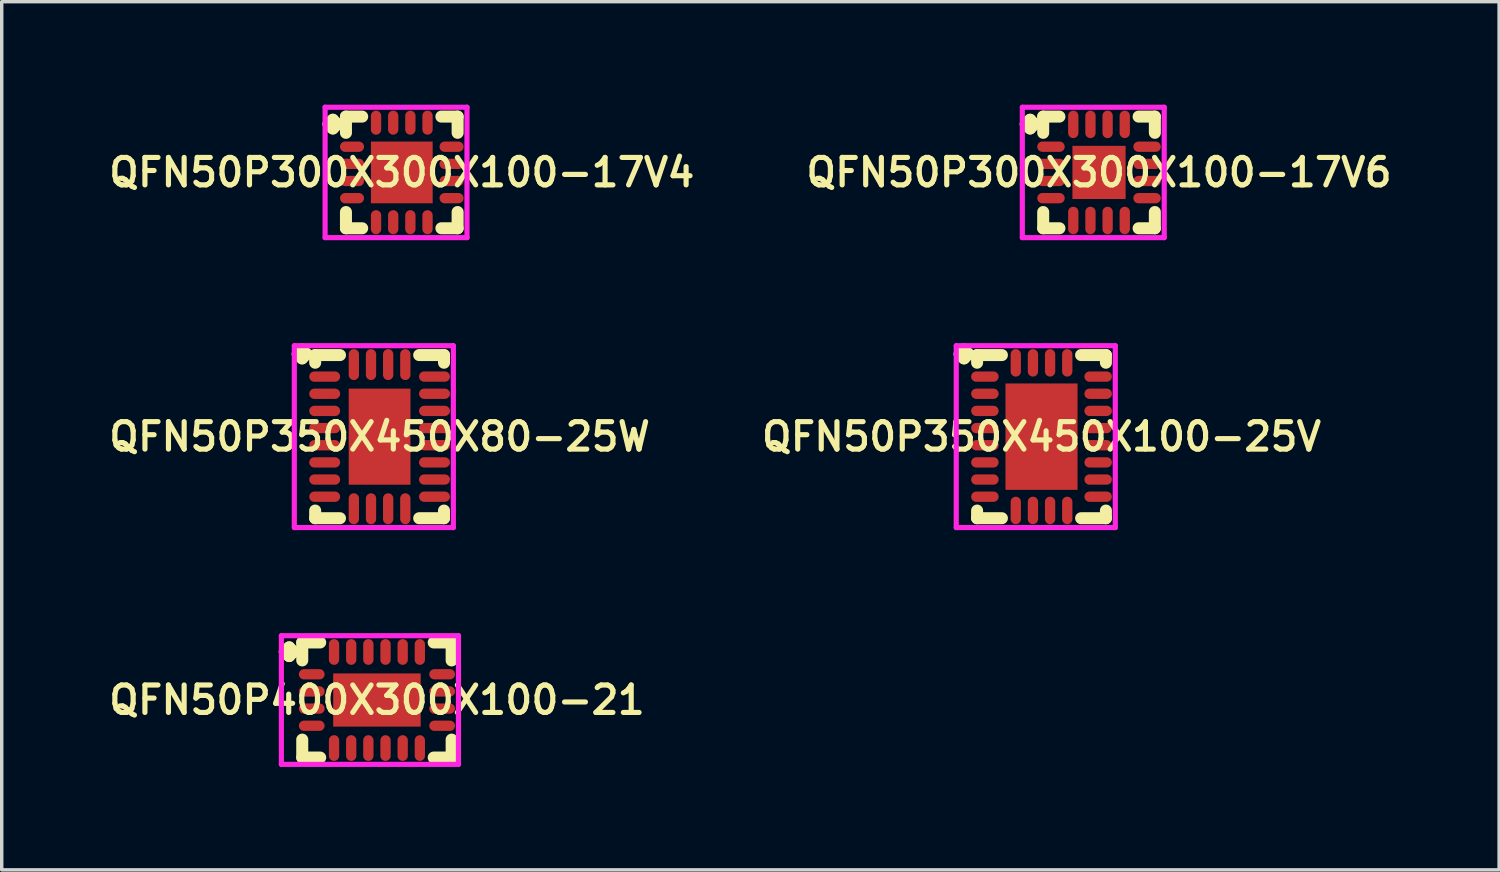
<source format=kicad_pcb>
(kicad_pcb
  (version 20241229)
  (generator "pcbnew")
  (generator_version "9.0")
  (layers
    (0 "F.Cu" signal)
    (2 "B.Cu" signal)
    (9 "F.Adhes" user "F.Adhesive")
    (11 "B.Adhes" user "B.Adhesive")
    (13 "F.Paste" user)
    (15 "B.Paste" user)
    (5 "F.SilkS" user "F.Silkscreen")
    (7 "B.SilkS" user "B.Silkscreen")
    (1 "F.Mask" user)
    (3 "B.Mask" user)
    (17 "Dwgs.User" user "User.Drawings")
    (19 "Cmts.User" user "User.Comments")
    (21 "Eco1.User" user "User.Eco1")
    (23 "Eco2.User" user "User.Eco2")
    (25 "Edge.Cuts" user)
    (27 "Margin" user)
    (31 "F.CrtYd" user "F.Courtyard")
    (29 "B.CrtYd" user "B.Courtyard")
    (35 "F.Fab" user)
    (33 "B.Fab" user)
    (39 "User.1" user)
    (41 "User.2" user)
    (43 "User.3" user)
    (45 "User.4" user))
  (footprint "QFN50P400X300X100-21"
    (layer "F.Cu")
    (at 7.935 17.35)
    (property "Reference" "QFN50P400X300X100-21" (at 0 0 0) (layer "F.SilkS") (effects (font (size 0.8 0.8) (thickness 0.15))))
    (attr smd)
    (fp_line (start -2.685 -1.408) (end -2.558 -1.535) (stroke (width 0.35) (type solid)) (layer "F.SilkS"))
    (fp_line (start -2.558 -1.535) (end -2.431 -1.408) (stroke (width 0.35) (type solid)) (layer "F.SilkS"))
    (fp_line (start -2.558 -1.281) (end -2.685 -1.408) (stroke (width 0.35) (type solid)) (layer "F.SilkS"))
    (fp_line (start -2.431 -1.408) (end -2.558 -1.281) (stroke (width 0.35) (type solid)) (layer "F.SilkS"))
    (fp_line (start -2.177 -1.677) (end -1.654 -1.677) (stroke (width 0.35) (type solid)) (layer "F.SilkS"))
    (fp_line (start -2.177 -1.154) (end -2.177 -1.677) (stroke (width 0.35) (type solid)) (layer "F.SilkS"))
    (fp_line (start -2.177 1.154) (end -2.177 1.677) (stroke (width 0.35) (type solid)) (layer "F.SilkS"))
    (fp_line (start -2.177 1.677) (end -1.654 1.677) (stroke (width 0.35) (type solid)) (layer "F.SilkS"))
    (fp_line (start 1.654 -1.677) (end 2.177 -1.677) (stroke (width 0.35) (type solid)) (layer "F.SilkS"))
    (fp_line (start 1.654 1.677) (end 2.177 1.677) (stroke (width 0.35) (type solid)) (layer "F.SilkS"))
    (fp_line (start 2.177 -1.677) (end 2.177 -1.154) (stroke (width 0.35) (type solid)) (layer "F.SilkS"))
    (fp_line (start 2.177 1.677) (end 2.177 1.154) (stroke (width 0.35) (type solid)) (layer "F.SilkS"))
    (fp_line (start -2.785 -1.875) (end 2.375 -1.875) (stroke (width 0.15) (type solid)) (layer "F.CrtYd"))
    (fp_line (start -2.785 1.875) (end -2.785 -1.875) (stroke (width 0.15) (type solid)) (layer "F.CrtYd"))
    (fp_line (start 2.375 -1.875) (end 2.375 1.875) (stroke (width 0.15) (type solid)) (layer "F.CrtYd"))
    (fp_line (start 2.375 1.875) (end -2.785 1.875) (stroke (width 0.15) (type solid)) (layer "F.CrtYd"))
    (pad "1" smd oval (at -1.9 -0.75) (size 0.75 0.3) (layers "F.Cu" "F.Mask" "F.Paste"))
    (pad "2" smd oval (at -1.9 -0.25) (size 0.75 0.3) (layers "F.Cu" "F.Mask" "F.Paste"))
    (pad "3" smd oval (at -1.9 0.25) (size 0.75 0.3) (layers "F.Cu" "F.Mask" "F.Paste"))
    (pad "4" smd oval (at -1.9 0.75) (size 0.75 0.3) (layers "F.Cu" "F.Mask" "F.Paste"))
    (pad "5" smd oval (at -1.25 1.4) (size 0.3 0.75) (layers "F.Cu" "F.Mask" "F.Paste"))
    (pad "6" smd oval (at -0.75 1.4) (size 0.3 0.75) (layers "F.Cu" "F.Mask" "F.Paste"))
    (pad "7" smd oval (at -0.25 1.4) (size 0.3 0.75) (layers "F.Cu" "F.Mask" "F.Paste"))
    (pad "8" smd oval (at 0.25 1.4) (size 0.3 0.75) (layers "F.Cu" "F.Mask" "F.Paste"))
    (pad "9" smd oval (at 0.75 1.4) (size 0.3 0.75) (layers "F.Cu" "F.Mask" "F.Paste"))
    (pad "10" smd oval (at 1.25 1.4) (size 0.3 0.75) (layers "F.Cu" "F.Mask" "F.Paste"))
    (pad "11" smd oval (at 1.9 0.75) (size 0.75 0.3) (layers "F.Cu" "F.Mask" "F.Paste"))
    (pad "12" smd oval (at 1.9 0.25) (size 0.75 0.3) (layers "F.Cu" "F.Mask" "F.Paste"))
    (pad "13" smd oval (at 1.9 -0.25) (size 0.75 0.3) (layers "F.Cu" "F.Mask" "F.Paste"))
    (pad "14" smd oval (at 1.9 -0.75) (size 0.75 0.3) (layers "F.Cu" "F.Mask" "F.Paste"))
    (pad "15" smd oval (at 1.25 -1.4) (size 0.3 0.75) (layers "F.Cu" "F.Mask" "F.Paste"))
    (pad "16" smd oval (at 0.75 -1.4) (size 0.3 0.75) (layers "F.Cu" "F.Mask" "F.Paste"))
    (pad "17" smd oval (at 0.25 -1.4) (size 0.3 0.75) (layers "F.Cu" "F.Mask" "F.Paste"))
    (pad "18" smd oval (at -0.25 -1.4) (size 0.3 0.75) (layers "F.Cu" "F.Mask" "F.Paste"))
    (pad "19" smd oval (at -0.75 -1.4) (size 0.3 0.75) (layers "F.Cu" "F.Mask" "F.Paste"))
    (pad "20" smd oval (at -1.25 -1.4) (size 0.3 0.75) (layers "F.Cu" "F.Mask" "F.Paste"))
    (pad "21" smd rect (at 0 0) (size 2.55 1.55) (layers "F.Cu" "F.Mask" "F.Paste")))
  (footprint "QFN50P350X450X80-25W"
    (layer "F.Cu")
    (at 8.012 9.675)
    (property "Reference" "QFN50P350X450X80-25W" (at 0 0 0) (layer "F.SilkS") (effects (font (size 0.8 0.8) (thickness 0.15))))
    (attr smd)
    (fp_line (start -2.385 -2.408) (end -2.258 -2.535) (stroke (width 0.35) (type solid)) (layer "F.SilkS"))
    (fp_line (start -2.258 -2.535) (end -2.131 -2.408) (stroke (width 0.35) (type solid)) (layer "F.SilkS"))
    (fp_line (start -2.258 -2.281) (end -2.385 -2.408) (stroke (width 0.35) (type solid)) (layer "F.SilkS"))
    (fp_line (start -2.131 -2.408) (end -2.258 -2.281) (stroke (width 0.35) (type solid)) (layer "F.SilkS"))
    (fp_line (start -1.877 -2.377) (end -1.154 -2.377) (stroke (width 0.35) (type solid)) (layer "F.SilkS"))
    (fp_line (start -1.877 -2.154) (end -1.877 -2.377) (stroke (width 0.35) (type solid)) (layer "F.SilkS"))
    (fp_line (start -1.877 2.154) (end -1.877 2.377) (stroke (width 0.35) (type solid)) (layer "F.SilkS"))
    (fp_line (start -1.877 2.377) (end -1.154 2.377) (stroke (width 0.35) (type solid)) (layer "F.SilkS"))
    (fp_line (start 1.154 -2.377) (end 1.877 -2.377) (stroke (width 0.35) (type solid)) (layer "F.SilkS"))
    (fp_line (start 1.154 2.377) (end 1.877 2.377) (stroke (width 0.35) (type solid)) (layer "F.SilkS"))
    (fp_line (start 1.877 -2.377) (end 1.877 -2.154) (stroke (width 0.35) (type solid)) (layer "F.SilkS"))
    (fp_line (start 1.877 2.377) (end 1.877 2.154) (stroke (width 0.35) (type solid)) (layer "F.SilkS"))
    (fp_line (start -2.485 -2.65) (end 2.15 -2.65) (stroke (width 0.15) (type solid)) (layer "F.CrtYd"))
    (fp_line (start -2.485 2.65) (end -2.485 -2.65) (stroke (width 0.15) (type solid)) (layer "F.CrtYd"))
    (fp_line (start 2.15 -2.65) (end 2.15 2.65) (stroke (width 0.15) (type solid)) (layer "F.CrtYd"))
    (fp_line (start 2.15 2.65) (end -2.485 2.65) (stroke (width 0.15) (type solid)) (layer "F.CrtYd"))
    (pad "1" smd oval (at -1.6 -1.75) (size 0.9 0.3) (layers "F.Cu" "F.Mask" "F.Paste"))
    (pad "2" smd oval (at -1.6 -1.25) (size 0.9 0.3) (layers "F.Cu" "F.Mask" "F.Paste"))
    (pad "3" smd oval (at -1.6 -0.75) (size 0.9 0.3) (layers "F.Cu" "F.Mask" "F.Paste"))
    (pad "4" smd oval (at -1.6 -0.25) (size 0.9 0.3) (layers "F.Cu" "F.Mask" "F.Paste"))
    (pad "5" smd oval (at -1.6 0.25) (size 0.9 0.3) (layers "F.Cu" "F.Mask" "F.Paste"))
    (pad "6" smd oval (at -1.6 0.75) (size 0.9 0.3) (layers "F.Cu" "F.Mask" "F.Paste"))
    (pad "7" smd oval (at -1.6 1.25) (size 0.9 0.3) (layers "F.Cu" "F.Mask" "F.Paste"))
    (pad "8" smd oval (at -1.6 1.75) (size 0.9 0.3) (layers "F.Cu" "F.Mask" "F.Paste"))
    (pad "9" smd oval (at -0.75 2.1) (size 0.3 0.9) (layers "F.Cu" "F.Mask" "F.Paste"))
    (pad "10" smd oval (at -0.25 2.1) (size 0.3 0.9) (layers "F.Cu" "F.Mask" "F.Paste"))
    (pad "11" smd oval (at 0.25 2.1) (size 0.3 0.9) (layers "F.Cu" "F.Mask" "F.Paste"))
    (pad "12" smd oval (at 0.75 2.1) (size 0.3 0.9) (layers "F.Cu" "F.Mask" "F.Paste"))
    (pad "13" smd oval (at 1.6 1.75) (size 0.9 0.3) (layers "F.Cu" "F.Mask" "F.Paste"))
    (pad "14" smd oval (at 1.6 1.25) (size 0.9 0.3) (layers "F.Cu" "F.Mask" "F.Paste"))
    (pad "15" smd oval (at 1.6 0.75) (size 0.9 0.3) (layers "F.Cu" "F.Mask" "F.Paste"))
    (pad "16" smd oval (at 1.6 0.25) (size 0.9 0.3) (layers "F.Cu" "F.Mask" "F.Paste"))
    (pad "17" smd oval (at 1.6 -0.25) (size 0.9 0.3) (layers "F.Cu" "F.Mask" "F.Paste"))
    (pad "18" smd oval (at 1.6 -0.75) (size 0.9 0.3) (layers "F.Cu" "F.Mask" "F.Paste"))
    (pad "19" smd oval (at 1.6 -1.25) (size 0.9 0.3) (layers "F.Cu" "F.Mask" "F.Paste"))
    (pad "20" smd oval (at 1.6 -1.75) (size 0.9 0.3) (layers "F.Cu" "F.Mask" "F.Paste"))
    (pad "21" smd oval (at 0.75 -2.1) (size 0.3 0.9) (layers "F.Cu" "F.Mask" "F.Paste"))
    (pad "22" smd oval (at 0.25 -2.1) (size 0.3 0.9) (layers "F.Cu" "F.Mask" "F.Paste"))
    (pad "23" smd oval (at -0.25 -2.1) (size 0.3 0.9) (layers "F.Cu" "F.Mask" "F.Paste"))
    (pad "24" smd oval (at -0.75 -2.1) (size 0.3 0.9) (layers "F.Cu" "F.Mask" "F.Paste"))
    (pad "25" smd rect (at 0 0) (size 1.8 2.8) (layers "F.Cu" "F.Mask" "F.Paste")))
  (footprint "QFN50P300X300X100-17V4"
    (layer "F.Cu")
    (at 8.659 1.975)
    (property "Reference" "QFN50P300X300X100-17V4" (at 0 0 0) (layer "F.SilkS") (effects (font (size 0.8 0.8) (thickness 0.15))))
    (attr smd)
    (fp_line (start -2.135 -1.408) (end -2.008 -1.535) (stroke (width 0.35) (type solid)) (layer "F.SilkS"))
    (fp_line (start -2.008 -1.535) (end -1.881 -1.408) (stroke (width 0.35) (type solid)) (layer "F.SilkS"))
    (fp_line (start -2.008 -1.281) (end -2.135 -1.408) (stroke (width 0.35) (type solid)) (layer "F.SilkS"))
    (fp_line (start -1.881 -1.408) (end -2.008 -1.281) (stroke (width 0.35) (type solid)) (layer "F.SilkS"))
    (fp_line (start -1.627 -1.627) (end -1.154 -1.627) (stroke (width 0.35) (type solid)) (layer "F.SilkS"))
    (fp_line (start -1.627 -1.154) (end -1.627 -1.627) (stroke (width 0.35) (type solid)) (layer "F.SilkS"))
    (fp_line (start -1.627 1.154) (end -1.627 1.627) (stroke (width 0.35) (type solid)) (layer "F.SilkS"))
    (fp_line (start -1.627 1.627) (end -1.154 1.627) (stroke (width 0.35) (type solid)) (layer "F.SilkS"))
    (fp_line (start 1.154 -1.627) (end 1.627 -1.627) (stroke (width 0.35) (type solid)) (layer "F.SilkS"))
    (fp_line (start 1.154 1.627) (end 1.627 1.627) (stroke (width 0.35) (type solid)) (layer "F.SilkS"))
    (fp_line (start 1.627 -1.627) (end 1.627 -1.154) (stroke (width 0.35) (type solid)) (layer "F.SilkS"))
    (fp_line (start 1.627 1.627) (end 1.627 1.154) (stroke (width 0.35) (type solid)) (layer "F.SilkS"))
    (fp_line (start -2.235 -1.9) (end 1.9 -1.9) (stroke (width 0.15) (type solid)) (layer "F.CrtYd"))
    (fp_line (start -2.235 1.9) (end -2.235 -1.9) (stroke (width 0.15) (type solid)) (layer "F.CrtYd"))
    (fp_line (start 1.9 -1.9) (end 1.9 1.9) (stroke (width 0.15) (type solid)) (layer "F.CrtYd"))
    (fp_line (start 1.9 1.9) (end -2.235 1.9) (stroke (width 0.15) (type solid)) (layer "F.CrtYd"))
    (pad "1" smd oval (at -1.45 -0.75) (size 0.7 0.3) (layers "F.Cu" "F.Mask" "F.Paste"))
    (pad "2" smd oval (at -1.45 -0.25) (size 0.7 0.3) (layers "F.Cu" "F.Mask" "F.Paste"))
    (pad "3" smd oval (at -1.45 0.25) (size 0.7 0.3) (layers "F.Cu" "F.Mask" "F.Paste"))
    (pad "4" smd oval (at -1.45 0.75) (size 0.7 0.3) (layers "F.Cu" "F.Mask" "F.Paste"))
    (pad "5" smd oval (at -0.75 1.45) (size 0.3 0.7) (layers "F.Cu" "F.Mask" "F.Paste"))
    (pad "6" smd oval (at -0.25 1.45) (size 0.3 0.7) (layers "F.Cu" "F.Mask" "F.Paste"))
    (pad "7" smd oval (at 0.25 1.45) (size 0.3 0.7) (layers "F.Cu" "F.Mask" "F.Paste"))
    (pad "8" smd oval (at 0.75 1.45) (size 0.3 0.7) (layers "F.Cu" "F.Mask" "F.Paste"))
    (pad "9" smd oval (at 1.45 0.75) (size 0.7 0.3) (layers "F.Cu" "F.Mask" "F.Paste"))
    (pad "10" smd oval (at 1.45 0.25) (size 0.7 0.3) (layers "F.Cu" "F.Mask" "F.Paste"))
    (pad "11" smd oval (at 1.45 -0.25) (size 0.7 0.3) (layers "F.Cu" "F.Mask" "F.Paste"))
    (pad "12" smd oval (at 1.45 -0.75) (size 0.7 0.3) (layers "F.Cu" "F.Mask" "F.Paste"))
    (pad "13" smd oval (at 0.75 -1.45) (size 0.3 0.7) (layers "F.Cu" "F.Mask" "F.Paste"))
    (pad "14" smd oval (at 0.25 -1.45) (size 0.3 0.7) (layers "F.Cu" "F.Mask" "F.Paste"))
    (pad "15" smd oval (at -0.25 -1.45) (size 0.3 0.7) (layers "F.Cu" "F.Mask" "F.Paste"))
    (pad "16" smd oval (at -0.75 -1.45) (size 0.3 0.7) (layers "F.Cu" "F.Mask" "F.Paste"))
    (pad "17" smd rect (at 0 0) (size 1.8 1.8) (layers "F.Cu" "F.Mask" "F.Paste")))
  (footprint "QFN50P350X450X100-25V"
    (layer "F.Cu")
    (at 27.302 9.675)
    (property "Reference" "QFN50P350X450X100-25V" (at 0 0 0) (layer "F.SilkS") (effects (font (size 0.8 0.8) (thickness 0.15))))
    (attr smd)
    (fp_line (start -2.385 -2.408) (end -2.258 -2.535) (stroke (width 0.35) (type solid)) (layer "F.SilkS"))
    (fp_line (start -2.258 -2.535) (end -2.131 -2.408) (stroke (width 0.35) (type solid)) (layer "F.SilkS"))
    (fp_line (start -2.258 -2.281) (end -2.385 -2.408) (stroke (width 0.35) (type solid)) (layer "F.SilkS"))
    (fp_line (start -2.131 -2.408) (end -2.258 -2.281) (stroke (width 0.35) (type solid)) (layer "F.SilkS"))
    (fp_line (start -1.877 -2.377) (end -1.154 -2.377) (stroke (width 0.35) (type solid)) (layer "F.SilkS"))
    (fp_line (start -1.877 -2.154) (end -1.877 -2.377) (stroke (width 0.35) (type solid)) (layer "F.SilkS"))
    (fp_line (start -1.877 2.154) (end -1.877 2.377) (stroke (width 0.35) (type solid)) (layer "F.SilkS"))
    (fp_line (start -1.877 2.377) (end -1.154 2.377) (stroke (width 0.35) (type solid)) (layer "F.SilkS"))
    (fp_line (start 1.154 -2.377) (end 1.877 -2.377) (stroke (width 0.35) (type solid)) (layer "F.SilkS"))
    (fp_line (start 1.154 2.377) (end 1.877 2.377) (stroke (width 0.35) (type solid)) (layer "F.SilkS"))
    (fp_line (start 1.877 -2.377) (end 1.877 -2.154) (stroke (width 0.35) (type solid)) (layer "F.SilkS"))
    (fp_line (start 1.877 2.377) (end 1.877 2.154) (stroke (width 0.35) (type solid)) (layer "F.SilkS"))
    (fp_line (start -2.485 -2.65) (end 2.15 -2.65) (stroke (width 0.15) (type solid)) (layer "F.CrtYd"))
    (fp_line (start -2.485 2.65) (end -2.485 -2.65) (stroke (width 0.15) (type solid)) (layer "F.CrtYd"))
    (fp_line (start 2.15 -2.65) (end 2.15 2.65) (stroke (width 0.15) (type solid)) (layer "F.CrtYd"))
    (fp_line (start 2.15 2.65) (end -2.485 2.65) (stroke (width 0.15) (type solid)) (layer "F.CrtYd"))
    (pad "1" smd oval (at -1.65 -1.75) (size 0.8 0.3) (layers "F.Cu" "F.Mask" "F.Paste"))
    (pad "2" smd oval (at -1.65 -1.25) (size 0.8 0.3) (layers "F.Cu" "F.Mask" "F.Paste"))
    (pad "3" smd oval (at -1.65 -0.75) (size 0.8 0.3) (layers "F.Cu" "F.Mask" "F.Paste"))
    (pad "4" smd oval (at -1.65 -0.25) (size 0.8 0.3) (layers "F.Cu" "F.Mask" "F.Paste"))
    (pad "5" smd oval (at -1.65 0.25) (size 0.8 0.3) (layers "F.Cu" "F.Mask" "F.Paste"))
    (pad "6" smd oval (at -1.65 0.75) (size 0.8 0.3) (layers "F.Cu" "F.Mask" "F.Paste"))
    (pad "7" smd oval (at -1.65 1.25) (size 0.8 0.3) (layers "F.Cu" "F.Mask" "F.Paste"))
    (pad "8" smd oval (at -1.65 1.75) (size 0.8 0.3) (layers "F.Cu" "F.Mask" "F.Paste"))
    (pad "9" smd oval (at -0.75 2.15) (size 0.3 0.8) (layers "F.Cu" "F.Mask" "F.Paste"))
    (pad "10" smd oval (at -0.25 2.15) (size 0.3 0.8) (layers "F.Cu" "F.Mask" "F.Paste"))
    (pad "11" smd oval (at 0.25 2.15) (size 0.3 0.8) (layers "F.Cu" "F.Mask" "F.Paste"))
    (pad "12" smd oval (at 0.75 2.15) (size 0.3 0.8) (layers "F.Cu" "F.Mask" "F.Paste"))
    (pad "13" smd oval (at 1.65 1.75) (size 0.8 0.3) (layers "F.Cu" "F.Mask" "F.Paste"))
    (pad "14" smd oval (at 1.65 1.25) (size 0.8 0.3) (layers "F.Cu" "F.Mask" "F.Paste"))
    (pad "15" smd oval (at 1.65 0.75) (size 0.8 0.3) (layers "F.Cu" "F.Mask" "F.Paste"))
    (pad "16" smd oval (at 1.65 0.25) (size 0.8 0.3) (layers "F.Cu" "F.Mask" "F.Paste"))
    (pad "17" smd oval (at 1.65 -0.25) (size 0.8 0.3) (layers "F.Cu" "F.Mask" "F.Paste"))
    (pad "18" smd oval (at 1.65 -0.75) (size 0.8 0.3) (layers "F.Cu" "F.Mask" "F.Paste"))
    (pad "19" smd oval (at 1.65 -1.25) (size 0.8 0.3) (layers "F.Cu" "F.Mask" "F.Paste"))
    (pad "20" smd oval (at 1.65 -1.75) (size 0.8 0.3) (layers "F.Cu" "F.Mask" "F.Paste"))
    (pad "21" smd oval (at 0.75 -2.15) (size 0.3 0.8) (layers "F.Cu" "F.Mask" "F.Paste"))
    (pad "22" smd oval (at 0.25 -2.15) (size 0.3 0.8) (layers "F.Cu" "F.Mask" "F.Paste"))
    (pad "23" smd oval (at -0.25 -2.15) (size 0.3 0.8) (layers "F.Cu" "F.Mask" "F.Paste"))
    (pad "24" smd oval (at -0.75 -2.15) (size 0.3 0.8) (layers "F.Cu" "F.Mask" "F.Paste"))
    (pad "25" smd rect (at 0 0) (size 2.1 3.1) (layers "F.Cu" "F.Mask" "F.Paste")))
  (footprint "QFN50P300X300X100-17V6"
    (layer "F.Cu")
    (at 28.978 1.975)
    (property "Reference" "QFN50P300X300X100-17V6" (at 0 0 0) (layer "F.SilkS") (effects (font (size 0.8 0.8) (thickness 0.15))))
    (attr smd)
    (fp_line (start -2.135 -1.408) (end -2.008 -1.535) (stroke (width 0.35) (type solid)) (layer "F.SilkS"))
    (fp_line (start -2.008 -1.535) (end -1.881 -1.408) (stroke (width 0.35) (type solid)) (layer "F.SilkS"))
    (fp_line (start -2.008 -1.281) (end -2.135 -1.408) (stroke (width 0.35) (type solid)) (layer "F.SilkS"))
    (fp_line (start -1.881 -1.408) (end -2.008 -1.281) (stroke (width 0.35) (type solid)) (layer "F.SilkS"))
    (fp_line (start -1.627 -1.627) (end -1.154 -1.627) (stroke (width 0.35) (type solid)) (layer "F.SilkS"))
    (fp_line (start -1.627 -1.154) (end -1.627 -1.627) (stroke (width 0.35) (type solid)) (layer "F.SilkS"))
    (fp_line (start -1.627 1.154) (end -1.627 1.627) (stroke (width 0.35) (type solid)) (layer "F.SilkS"))
    (fp_line (start -1.627 1.627) (end -1.154 1.627) (stroke (width 0.35) (type solid)) (layer "F.SilkS"))
    (fp_line (start 1.154 -1.627) (end 1.627 -1.627) (stroke (width 0.35) (type solid)) (layer "F.SilkS"))
    (fp_line (start 1.154 1.627) (end 1.627 1.627) (stroke (width 0.35) (type solid)) (layer "F.SilkS"))
    (fp_line (start 1.627 -1.627) (end 1.627 -1.154) (stroke (width 0.35) (type solid)) (layer "F.SilkS"))
    (fp_line (start 1.627 1.627) (end 1.627 1.154) (stroke (width 0.35) (type solid)) (layer "F.SilkS"))
    (fp_line (start -2.235 -1.9) (end 1.9 -1.9) (stroke (width 0.15) (type solid)) (layer "F.CrtYd"))
    (fp_line (start -2.235 1.9) (end -2.235 -1.9) (stroke (width 0.15) (type solid)) (layer "F.CrtYd"))
    (fp_line (start 1.9 -1.9) (end 1.9 1.9) (stroke (width 0.15) (type solid)) (layer "F.CrtYd"))
    (fp_line (start 1.9 1.9) (end -2.235 1.9) (stroke (width 0.15) (type solid)) (layer "F.CrtYd"))
    (pad "1" smd oval (at -1.4 -0.75) (size 0.8 0.3) (layers "F.Cu" "F.Mask" "F.Paste"))
    (pad "2" smd oval (at -1.4 -0.25) (size 0.8 0.3) (layers "F.Cu" "F.Mask" "F.Paste"))
    (pad "3" smd oval (at -1.4 0.25) (size 0.8 0.3) (layers "F.Cu" "F.Mask" "F.Paste"))
    (pad "4" smd oval (at -1.4 0.75) (size 0.8 0.3) (layers "F.Cu" "F.Mask" "F.Paste"))
    (pad "5" smd oval (at -0.75 1.4) (size 0.3 0.8) (layers "F.Cu" "F.Mask" "F.Paste"))
    (pad "6" smd oval (at -0.25 1.4) (size 0.3 0.8) (layers "F.Cu" "F.Mask" "F.Paste"))
    (pad "7" smd oval (at 0.25 1.4) (size 0.3 0.8) (layers "F.Cu" "F.Mask" "F.Paste"))
    (pad "8" smd oval (at 0.75 1.4) (size 0.3 0.8) (layers "F.Cu" "F.Mask" "F.Paste"))
    (pad "9" smd oval (at 1.4 0.75) (size 0.8 0.3) (layers "F.Cu" "F.Mask" "F.Paste"))
    (pad "10" smd oval (at 1.4 0.25) (size 0.8 0.3) (layers "F.Cu" "F.Mask" "F.Paste"))
    (pad "11" smd oval (at 1.4 -0.25) (size 0.8 0.3) (layers "F.Cu" "F.Mask" "F.Paste"))
    (pad "12" smd oval (at 1.4 -0.75) (size 0.8 0.3) (layers "F.Cu" "F.Mask" "F.Paste"))
    (pad "13" smd oval (at 0.75 -1.4) (size 0.3 0.8) (layers "F.Cu" "F.Mask" "F.Paste"))
    (pad "14" smd oval (at 0.25 -1.4) (size 0.3 0.8) (layers "F.Cu" "F.Mask" "F.Paste"))
    (pad "15" smd oval (at -0.25 -1.4) (size 0.3 0.8) (layers "F.Cu" "F.Mask" "F.Paste"))
    (pad "16" smd oval (at -0.75 -1.4) (size 0.3 0.8) (layers "F.Cu" "F.Mask" "F.Paste"))
    (pad "17" smd rect (at 0 0) (size 1.55 1.55) (layers "F.Cu" "F.Mask" "F.Paste")))
  (gr_rect
    (start -3 -3)
    (end 40.637 22.3)
    (stroke (width 0.1) (type default))
    (fill no)
    (layer "Edge.Cuts")))
</source>
